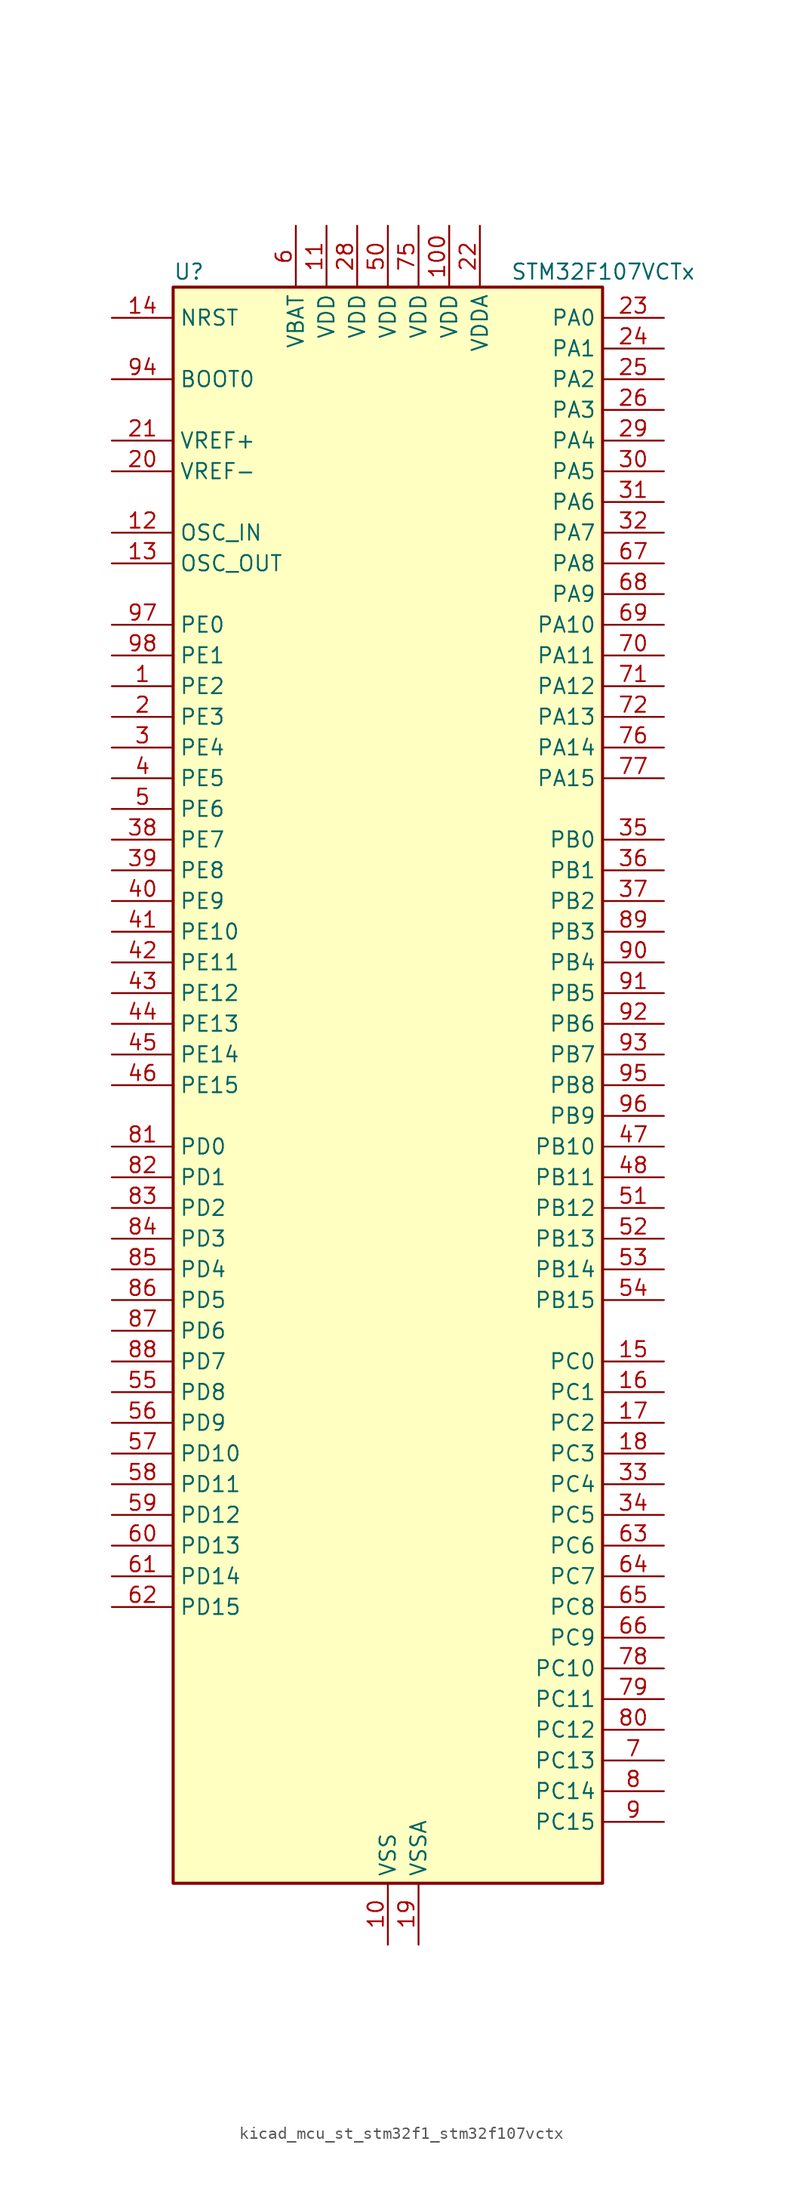
<source format=kicad_sym>
(kicad_symbol_lib
  (version 20220914)
  (generator kicad_symbol_editor)
  (symbol "kicad_mcu_st_stm32f1_stm32f107vctx"
    (property "Reference" "U"
      (at -17.78 67.31 0)
      (effects (font (size 1.27 1.27)) (justify left)))
    (property "Value" "STM32F107VCTx"
      (at 10.16 67.31 0)
      (effects (font (size 1.27 1.27)) (justify left)))
    (property "ki_locked" ""
      (at 0 0 0)
      (effects (font (size 1.27 1.27))))
    (symbol "kicad_mcu_st_stm32f1_stm32f107vctx_0_1"
      (rectangle (start -17.78 -66.04) (end 17.78 66.04) (stroke (width 0.254) (type default)) (fill (type background))))
    (symbol "kicad_mcu_st_stm32f1_stm32f107vctx_1_1"
      (pin bidirectional line (at -22.86 33.02 0) (length 5.08) (name "PE2" (effects (font (size 1.27 1.27)))) (number "1" (effects (font (size 1.27 1.27)))) (alternate "SYS_TRACECLK" bidirectional line))
      (pin power_in line (at 0 -71.12 90) (length 5.08) (name "VSS" (effects (font (size 1.27 1.27)))) (number "10" (effects (font (size 1.27 1.27)))))
      (pin power_in line (at 5.08 71.12 270) (length 5.08) (name "VDD" (effects (font (size 1.27 1.27)))) (number "100" (effects (font (size 1.27 1.27)))))
      (pin power_in line (at -5.08 71.12 270) (length 5.08) (name "VDD" (effects (font (size 1.27 1.27)))) (number "11" (effects (font (size 1.27 1.27)))))
      (pin input line (at -22.86 45.72 0) (length 5.08) (name "OSC_IN" (effects (font (size 1.27 1.27)))) (number "12" (effects (font (size 1.27 1.27)))) (alternate "RCC_OSC_IN" bidirectional line))
      (pin input line (at -22.86 43.18 0) (length 5.08) (name "OSC_OUT" (effects (font (size 1.27 1.27)))) (number "13" (effects (font (size 1.27 1.27)))) (alternate "RCC_OSC_OUT" bidirectional line))
      (pin input line (at -22.86 63.5 0) (length 5.08) (name "NRST" (effects (font (size 1.27 1.27)))) (number "14" (effects (font (size 1.27 1.27)))))
      (pin bidirectional line (at 22.86 -22.86 180) (length 5.08) (name "PC0" (effects (font (size 1.27 1.27)))) (number "15" (effects (font (size 1.27 1.27)))) (alternate "ADC1_IN10" bidirectional line) (alternate "ADC2_IN10" bidirectional line))
      (pin bidirectional line (at 22.86 -25.4 180) (length 5.08) (name "PC1" (effects (font (size 1.27 1.27)))) (number "16" (effects (font (size 1.27 1.27)))) (alternate "ADC1_IN11" bidirectional line) (alternate "ADC2_IN11" bidirectional line) (alternate "ETH_MDC" bidirectional line))
      (pin bidirectional line (at 22.86 -27.94 180) (length 5.08) (name "PC2" (effects (font (size 1.27 1.27)))) (number "17" (effects (font (size 1.27 1.27)))) (alternate "ADC1_IN12" bidirectional line) (alternate "ADC2_IN12" bidirectional line) (alternate "ETH_TXD2" bidirectional line))
      (pin bidirectional line (at 22.86 -30.48 180) (length 5.08) (name "PC3" (effects (font (size 1.27 1.27)))) (number "18" (effects (font (size 1.27 1.27)))) (alternate "ADC1_IN13" bidirectional line) (alternate "ADC2_IN13" bidirectional line) (alternate "ETH_TX_CLK" bidirectional line))
      (pin power_in line (at 2.54 -71.12 90) (length 5.08) (name "VSSA" (effects (font (size 1.27 1.27)))) (number "19" (effects (font (size 1.27 1.27)))))
      (pin bidirectional line (at -22.86 30.48 0) (length 5.08) (name "PE3" (effects (font (size 1.27 1.27)))) (number "2" (effects (font (size 1.27 1.27)))) (alternate "SYS_TRACED0" bidirectional line))
      (pin input line (at -22.86 50.8 0) (length 5.08) (name "VREF-" (effects (font (size 1.27 1.27)))) (number "20" (effects (font (size 1.27 1.27)))))
      (pin input line (at -22.86 53.34 0) (length 5.08) (name "VREF+" (effects (font (size 1.27 1.27)))) (number "21" (effects (font (size 1.27 1.27)))))
      (pin power_in line (at 7.62 71.12 270) (length 5.08) (name "VDDA" (effects (font (size 1.27 1.27)))) (number "22" (effects (font (size 1.27 1.27)))))
      (pin bidirectional line (at 22.86 63.5 180) (length 5.08) (name "PA0" (effects (font (size 1.27 1.27)))) (number "23" (effects (font (size 1.27 1.27)))) (alternate "ADC1_IN0" bidirectional line) (alternate "ADC2_IN0" bidirectional line) (alternate "ETH_CRS" bidirectional line) (alternate "SYS_WKUP" bidirectional line) (alternate "TIM2_CH1" bidirectional line) (alternate "TIM2_ETR" bidirectional line) (alternate "TIM5_CH1" bidirectional line) (alternate "USART2_CTS" bidirectional line))
      (pin bidirectional line (at 22.86 60.96 180) (length 5.08) (name "PA1" (effects (font (size 1.27 1.27)))) (number "24" (effects (font (size 1.27 1.27)))) (alternate "ADC1_IN1" bidirectional line) (alternate "ADC2_IN1" bidirectional line) (alternate "ETH_REF_CLK" bidirectional line) (alternate "ETH_RX_CLK" bidirectional line) (alternate "TIM2_CH2" bidirectional line) (alternate "TIM5_CH2" bidirectional line) (alternate "USART2_RTS" bidirectional line))
      (pin bidirectional line (at 22.86 58.42 180) (length 5.08) (name "PA2" (effects (font (size 1.27 1.27)))) (number "25" (effects (font (size 1.27 1.27)))) (alternate "ADC1_IN2" bidirectional line) (alternate "ADC2_IN2" bidirectional line) (alternate "ETH_MDIO" bidirectional line) (alternate "TIM2_CH3" bidirectional line) (alternate "TIM5_CH3" bidirectional line) (alternate "USART2_TX" bidirectional line))
      (pin bidirectional line (at 22.86 55.88 180) (length 5.08) (name "PA3" (effects (font (size 1.27 1.27)))) (number "26" (effects (font (size 1.27 1.27)))) (alternate "ADC1_IN3" bidirectional line) (alternate "ADC2_IN3" bidirectional line) (alternate "ETH_COL" bidirectional line) (alternate "TIM2_CH4" bidirectional line) (alternate "TIM5_CH4" bidirectional line) (alternate "USART2_RX" bidirectional line))
      (pin passive line (at 0 -71.12 90) (length 5.08) hide (name "VSS" (effects (font (size 1.27 1.27)))) (number "27" (effects (font (size 1.27 1.27)))))
      (pin power_in line (at -2.54 71.12 270) (length 5.08) (name "VDD" (effects (font (size 1.27 1.27)))) (number "28" (effects (font (size 1.27 1.27)))))
      (pin bidirectional line (at 22.86 53.34 180) (length 5.08) (name "PA4" (effects (font (size 1.27 1.27)))) (number "29" (effects (font (size 1.27 1.27)))) (alternate "ADC1_IN4" bidirectional line) (alternate "ADC2_IN4" bidirectional line) (alternate "DAC_OUT1" bidirectional line) (alternate "I2S3_WS" bidirectional line) (alternate "SPI1_NSS" bidirectional line) (alternate "SPI3_NSS" bidirectional line) (alternate "USART2_CK" bidirectional line))
      (pin bidirectional line (at -22.86 27.94 0) (length 5.08) (name "PE4" (effects (font (size 1.27 1.27)))) (number "3" (effects (font (size 1.27 1.27)))) (alternate "SYS_TRACED1" bidirectional line))
      (pin bidirectional line (at 22.86 50.8 180) (length 5.08) (name "PA5" (effects (font (size 1.27 1.27)))) (number "30" (effects (font (size 1.27 1.27)))) (alternate "ADC1_IN5" bidirectional line) (alternate "ADC2_IN5" bidirectional line) (alternate "DAC_OUT2" bidirectional line) (alternate "SPI1_SCK" bidirectional line))
      (pin bidirectional line (at 22.86 48.26 180) (length 5.08) (name "PA6" (effects (font (size 1.27 1.27)))) (number "31" (effects (font (size 1.27 1.27)))) (alternate "ADC1_IN6" bidirectional line) (alternate "ADC2_IN6" bidirectional line) (alternate "SPI1_MISO" bidirectional line) (alternate "TIM1_BKIN" bidirectional line) (alternate "TIM3_CH1" bidirectional line))
      (pin bidirectional line (at 22.86 45.72 180) (length 5.08) (name "PA7" (effects (font (size 1.27 1.27)))) (number "32" (effects (font (size 1.27 1.27)))) (alternate "ADC1_IN7" bidirectional line) (alternate "ADC2_IN7" bidirectional line) (alternate "ETH_CRS_DV" bidirectional line) (alternate "ETH_RX_DV" bidirectional line) (alternate "SPI1_MOSI" bidirectional line) (alternate "TIM1_CH1N" bidirectional line) (alternate "TIM3_CH2" bidirectional line))
      (pin bidirectional line (at 22.86 -33.02 180) (length 5.08) (name "PC4" (effects (font (size 1.27 1.27)))) (number "33" (effects (font (size 1.27 1.27)))) (alternate "ADC1_IN14" bidirectional line) (alternate "ADC2_IN14" bidirectional line) (alternate "ETH_RXD0" bidirectional line))
      (pin bidirectional line (at 22.86 -35.56 180) (length 5.08) (name "PC5" (effects (font (size 1.27 1.27)))) (number "34" (effects (font (size 1.27 1.27)))) (alternate "ADC1_IN15" bidirectional line) (alternate "ADC2_IN15" bidirectional line) (alternate "ETH_RXD1" bidirectional line))
      (pin bidirectional line (at 22.86 20.32 180) (length 5.08) (name "PB0" (effects (font (size 1.27 1.27)))) (number "35" (effects (font (size 1.27 1.27)))) (alternate "ADC1_IN8" bidirectional line) (alternate "ADC2_IN8" bidirectional line) (alternate "ETH_RXD2" bidirectional line) (alternate "TIM1_CH2N" bidirectional line) (alternate "TIM3_CH3" bidirectional line))
      (pin bidirectional line (at 22.86 17.78 180) (length 5.08) (name "PB1" (effects (font (size 1.27 1.27)))) (number "36" (effects (font (size 1.27 1.27)))) (alternate "ADC1_IN9" bidirectional line) (alternate "ADC2_IN9" bidirectional line) (alternate "ETH_RXD3" bidirectional line) (alternate "TIM1_CH3N" bidirectional line) (alternate "TIM3_CH4" bidirectional line))
      (pin bidirectional line (at 22.86 15.24 180) (length 5.08) (name "PB2" (effects (font (size 1.27 1.27)))) (number "37" (effects (font (size 1.27 1.27)))))
      (pin bidirectional line (at -22.86 20.32 0) (length 5.08) (name "PE7" (effects (font (size 1.27 1.27)))) (number "38" (effects (font (size 1.27 1.27)))) (alternate "TIM1_ETR" bidirectional line))
      (pin bidirectional line (at -22.86 17.78 0) (length 5.08) (name "PE8" (effects (font (size 1.27 1.27)))) (number "39" (effects (font (size 1.27 1.27)))) (alternate "TIM1_CH1N" bidirectional line))
      (pin bidirectional line (at -22.86 25.4 0) (length 5.08) (name "PE5" (effects (font (size 1.27 1.27)))) (number "4" (effects (font (size 1.27 1.27)))) (alternate "SYS_TRACED2" bidirectional line))
      (pin bidirectional line (at -22.86 15.24 0) (length 5.08) (name "PE9" (effects (font (size 1.27 1.27)))) (number "40" (effects (font (size 1.27 1.27)))) (alternate "DAC_EXTI9" bidirectional line) (alternate "TIM1_CH1" bidirectional line))
      (pin bidirectional line (at -22.86 12.7 0) (length 5.08) (name "PE10" (effects (font (size 1.27 1.27)))) (number "41" (effects (font (size 1.27 1.27)))) (alternate "TIM1_CH2N" bidirectional line))
      (pin bidirectional line (at -22.86 10.16 0) (length 5.08) (name "PE11" (effects (font (size 1.27 1.27)))) (number "42" (effects (font (size 1.27 1.27)))) (alternate "ADC1_EXTI11" bidirectional line) (alternate "ADC2_EXTI11" bidirectional line) (alternate "TIM1_CH2" bidirectional line))
      (pin bidirectional line (at -22.86 7.62 0) (length 5.08) (name "PE12" (effects (font (size 1.27 1.27)))) (number "43" (effects (font (size 1.27 1.27)))) (alternate "TIM1_CH3N" bidirectional line))
      (pin bidirectional line (at -22.86 5.08 0) (length 5.08) (name "PE13" (effects (font (size 1.27 1.27)))) (number "44" (effects (font (size 1.27 1.27)))) (alternate "TIM1_CH3" bidirectional line))
      (pin bidirectional line (at -22.86 2.54 0) (length 5.08) (name "PE14" (effects (font (size 1.27 1.27)))) (number "45" (effects (font (size 1.27 1.27)))) (alternate "TIM1_CH4" bidirectional line))
      (pin bidirectional line (at -22.86 0 0) (length 5.08) (name "PE15" (effects (font (size 1.27 1.27)))) (number "46" (effects (font (size 1.27 1.27)))) (alternate "ADC1_EXTI15" bidirectional line) (alternate "ADC2_EXTI15" bidirectional line) (alternate "TIM1_BKIN" bidirectional line))
      (pin bidirectional line (at 22.86 -5.08 180) (length 5.08) (name "PB10" (effects (font (size 1.27 1.27)))) (number "47" (effects (font (size 1.27 1.27)))) (alternate "ETH_RX_ER" bidirectional line) (alternate "TIM2_CH3" bidirectional line) (alternate "USART3_TX" bidirectional line))
      (pin bidirectional line (at 22.86 -7.62 180) (length 5.08) (name "PB11" (effects (font (size 1.27 1.27)))) (number "48" (effects (font (size 1.27 1.27)))) (alternate "ADC1_EXTI11" bidirectional line) (alternate "ADC2_EXTI11" bidirectional line) (alternate "ETH_TX_EN" bidirectional line) (alternate "TIM2_CH4" bidirectional line) (alternate "USART3_RX" bidirectional line))
      (pin passive line (at 0 -71.12 90) (length 5.08) hide (name "VSS" (effects (font (size 1.27 1.27)))) (number "49" (effects (font (size 1.27 1.27)))))
      (pin bidirectional line (at -22.86 22.86 0) (length 5.08) (name "PE6" (effects (font (size 1.27 1.27)))) (number "5" (effects (font (size 1.27 1.27)))) (alternate "SYS_TRACED3" bidirectional line))
      (pin power_in line (at 0 71.12 270) (length 5.08) (name "VDD" (effects (font (size 1.27 1.27)))) (number "50" (effects (font (size 1.27 1.27)))))
      (pin bidirectional line (at 22.86 -10.16 180) (length 5.08) (name "PB12" (effects (font (size 1.27 1.27)))) (number "51" (effects (font (size 1.27 1.27)))) (alternate "CAN2_RX" bidirectional line) (alternate "ETH_TXD0" bidirectional line) (alternate "I2S2_WS" bidirectional line) (alternate "SPI2_NSS" bidirectional line) (alternate "TIM1_BKIN" bidirectional line) (alternate "USART3_CK" bidirectional line))
      (pin bidirectional line (at 22.86 -12.7 180) (length 5.08) (name "PB13" (effects (font (size 1.27 1.27)))) (number "52" (effects (font (size 1.27 1.27)))) (alternate "CAN2_TX" bidirectional line) (alternate "ETH_TXD1" bidirectional line) (alternate "I2S2_CK" bidirectional line) (alternate "SPI2_SCK" bidirectional line) (alternate "TIM1_CH1N" bidirectional line) (alternate "USART3_CTS" bidirectional line))
      (pin bidirectional line (at 22.86 -15.24 180) (length 5.08) (name "PB14" (effects (font (size 1.27 1.27)))) (number "53" (effects (font (size 1.27 1.27)))) (alternate "SPI2_MISO" bidirectional line) (alternate "TIM1_CH2N" bidirectional line) (alternate "USART3_RTS" bidirectional line))
      (pin bidirectional line (at 22.86 -17.78 180) (length 5.08) (name "PB15" (effects (font (size 1.27 1.27)))) (number "54" (effects (font (size 1.27 1.27)))) (alternate "ADC1_EXTI15" bidirectional line) (alternate "ADC2_EXTI15" bidirectional line) (alternate "I2S2_SD" bidirectional line) (alternate "SPI2_MOSI" bidirectional line) (alternate "TIM1_CH3N" bidirectional line))
      (pin bidirectional line (at -22.86 -25.4 0) (length 5.08) (name "PD8" (effects (font (size 1.27 1.27)))) (number "55" (effects (font (size 1.27 1.27)))) (alternate "ETH_CRS_DV" bidirectional line) (alternate "ETH_RX_DV" bidirectional line) (alternate "USART3_TX" bidirectional line))
      (pin bidirectional line (at -22.86 -27.94 0) (length 5.08) (name "PD9" (effects (font (size 1.27 1.27)))) (number "56" (effects (font (size 1.27 1.27)))) (alternate "DAC_EXTI9" bidirectional line) (alternate "ETH_RXD0" bidirectional line) (alternate "USART3_RX" bidirectional line))
      (pin bidirectional line (at -22.86 -30.48 0) (length 5.08) (name "PD10" (effects (font (size 1.27 1.27)))) (number "57" (effects (font (size 1.27 1.27)))) (alternate "ETH_RXD1" bidirectional line) (alternate "USART3_CK" bidirectional line))
      (pin bidirectional line (at -22.86 -33.02 0) (length 5.08) (name "PD11" (effects (font (size 1.27 1.27)))) (number "58" (effects (font (size 1.27 1.27)))) (alternate "ADC1_EXTI11" bidirectional line) (alternate "ADC2_EXTI11" bidirectional line) (alternate "ETH_RXD2" bidirectional line) (alternate "USART3_CTS" bidirectional line))
      (pin bidirectional line (at -22.86 -35.56 0) (length 5.08) (name "PD12" (effects (font (size 1.27 1.27)))) (number "59" (effects (font (size 1.27 1.27)))) (alternate "ETH_RXD3" bidirectional line) (alternate "TIM4_CH1" bidirectional line) (alternate "USART3_RTS" bidirectional line))
      (pin power_in line (at -7.62 71.12 270) (length 5.08) (name "VBAT" (effects (font (size 1.27 1.27)))) (number "6" (effects (font (size 1.27 1.27)))))
      (pin bidirectional line (at -22.86 -38.1 0) (length 5.08) (name "PD13" (effects (font (size 1.27 1.27)))) (number "60" (effects (font (size 1.27 1.27)))) (alternate "TIM4_CH2" bidirectional line))
      (pin bidirectional line (at -22.86 -40.64 0) (length 5.08) (name "PD14" (effects (font (size 1.27 1.27)))) (number "61" (effects (font (size 1.27 1.27)))) (alternate "TIM4_CH3" bidirectional line))
      (pin bidirectional line (at -22.86 -43.18 0) (length 5.08) (name "PD15" (effects (font (size 1.27 1.27)))) (number "62" (effects (font (size 1.27 1.27)))) (alternate "ADC1_EXTI15" bidirectional line) (alternate "ADC2_EXTI15" bidirectional line) (alternate "TIM4_CH4" bidirectional line))
      (pin bidirectional line (at 22.86 -38.1 180) (length 5.08) (name "PC6" (effects (font (size 1.27 1.27)))) (number "63" (effects (font (size 1.27 1.27)))) (alternate "I2S2_MCK" bidirectional line) (alternate "TIM3_CH1" bidirectional line))
      (pin bidirectional line (at 22.86 -40.64 180) (length 5.08) (name "PC7" (effects (font (size 1.27 1.27)))) (number "64" (effects (font (size 1.27 1.27)))) (alternate "I2S3_MCK" bidirectional line) (alternate "TIM3_CH2" bidirectional line))
      (pin bidirectional line (at 22.86 -43.18 180) (length 5.08) (name "PC8" (effects (font (size 1.27 1.27)))) (number "65" (effects (font (size 1.27 1.27)))) (alternate "TIM3_CH3" bidirectional line))
      (pin bidirectional line (at 22.86 -45.72 180) (length 5.08) (name "PC9" (effects (font (size 1.27 1.27)))) (number "66" (effects (font (size 1.27 1.27)))) (alternate "DAC_EXTI9" bidirectional line) (alternate "TIM3_CH4" bidirectional line))
      (pin bidirectional line (at 22.86 43.18 180) (length 5.08) (name "PA8" (effects (font (size 1.27 1.27)))) (number "67" (effects (font (size 1.27 1.27)))) (alternate "RCC_MCO" bidirectional line) (alternate "TIM1_CH1" bidirectional line) (alternate "USART1_CK" bidirectional line) (alternate "USB_OTG_FS_SOF" bidirectional line))
      (pin bidirectional line (at 22.86 40.64 180) (length 5.08) (name "PA9" (effects (font (size 1.27 1.27)))) (number "68" (effects (font (size 1.27 1.27)))) (alternate "DAC_EXTI9" bidirectional line) (alternate "TIM1_CH2" bidirectional line) (alternate "USART1_TX" bidirectional line) (alternate "USB_OTG_FS_VBUS" bidirectional line))
      (pin bidirectional line (at 22.86 38.1 180) (length 5.08) (name "PA10" (effects (font (size 1.27 1.27)))) (number "69" (effects (font (size 1.27 1.27)))) (alternate "TIM1_CH3" bidirectional line) (alternate "USART1_RX" bidirectional line) (alternate "USB_OTG_FS_ID" bidirectional line))
      (pin bidirectional line (at 22.86 -55.88 180) (length 5.08) (name "PC13" (effects (font (size 1.27 1.27)))) (number "7" (effects (font (size 1.27 1.27)))) (alternate "RTC_OUT" bidirectional line) (alternate "RTC_TAMPER" bidirectional line))
      (pin bidirectional line (at 22.86 35.56 180) (length 5.08) (name "PA11" (effects (font (size 1.27 1.27)))) (number "70" (effects (font (size 1.27 1.27)))) (alternate "ADC1_EXTI11" bidirectional line) (alternate "ADC2_EXTI11" bidirectional line) (alternate "CAN1_RX" bidirectional line) (alternate "TIM1_CH4" bidirectional line) (alternate "USART1_CTS" bidirectional line) (alternate "USB_OTG_FS_DM" bidirectional line))
      (pin bidirectional line (at 22.86 33.02 180) (length 5.08) (name "PA12" (effects (font (size 1.27 1.27)))) (number "71" (effects (font (size 1.27 1.27)))) (alternate "CAN1_TX" bidirectional line) (alternate "TIM1_ETR" bidirectional line) (alternate "USART1_RTS" bidirectional line) (alternate "USB_OTG_FS_DP" bidirectional line))
      (pin bidirectional line (at 22.86 30.48 180) (length 5.08) (name "PA13" (effects (font (size 1.27 1.27)))) (number "72" (effects (font (size 1.27 1.27)))) (alternate "SYS_JTMS-SWDIO" bidirectional line))
      (pin no_connect line (at -17.78 -66.04 0) (length 5.08) hide (name "NC" (effects (font (size 1.27 1.27)))) (number "73" (effects (font (size 1.27 1.27)))))
      (pin passive line (at 0 -71.12 90) (length 5.08) hide (name "VSS" (effects (font (size 1.27 1.27)))) (number "74" (effects (font (size 1.27 1.27)))))
      (pin power_in line (at 2.54 71.12 270) (length 5.08) (name "VDD" (effects (font (size 1.27 1.27)))) (number "75" (effects (font (size 1.27 1.27)))))
      (pin bidirectional line (at 22.86 27.94 180) (length 5.08) (name "PA14" (effects (font (size 1.27 1.27)))) (number "76" (effects (font (size 1.27 1.27)))) (alternate "SYS_JTCK-SWCLK" bidirectional line))
      (pin bidirectional line (at 22.86 25.4 180) (length 5.08) (name "PA15" (effects (font (size 1.27 1.27)))) (number "77" (effects (font (size 1.27 1.27)))) (alternate "ADC1_EXTI15" bidirectional line) (alternate "ADC2_EXTI15" bidirectional line) (alternate "I2S3_WS" bidirectional line) (alternate "SPI1_NSS" bidirectional line) (alternate "SPI3_NSS" bidirectional line) (alternate "SYS_JTDI" bidirectional line) (alternate "TIM2_CH1" bidirectional line) (alternate "TIM2_ETR" bidirectional line))
      (pin bidirectional line (at 22.86 -48.26 180) (length 5.08) (name "PC10" (effects (font (size 1.27 1.27)))) (number "78" (effects (font (size 1.27 1.27)))) (alternate "I2S3_CK" bidirectional line) (alternate "SPI3_SCK" bidirectional line) (alternate "UART4_TX" bidirectional line) (alternate "USART3_TX" bidirectional line))
      (pin bidirectional line (at 22.86 -50.8 180) (length 5.08) (name "PC11" (effects (font (size 1.27 1.27)))) (number "79" (effects (font (size 1.27 1.27)))) (alternate "ADC1_EXTI11" bidirectional line) (alternate "ADC2_EXTI11" bidirectional line) (alternate "SPI3_MISO" bidirectional line) (alternate "UART4_RX" bidirectional line) (alternate "USART3_RX" bidirectional line))
      (pin bidirectional line (at 22.86 -58.42 180) (length 5.08) (name "PC14" (effects (font (size 1.27 1.27)))) (number "8" (effects (font (size 1.27 1.27)))) (alternate "RCC_OSC32_IN" bidirectional line))
      (pin bidirectional line (at 22.86 -53.34 180) (length 5.08) (name "PC12" (effects (font (size 1.27 1.27)))) (number "80" (effects (font (size 1.27 1.27)))) (alternate "I2S3_SD" bidirectional line) (alternate "SPI3_MOSI" bidirectional line) (alternate "UART5_TX" bidirectional line) (alternate "USART3_CK" bidirectional line))
      (pin bidirectional line (at -22.86 -5.08 0) (length 5.08) (name "PD0" (effects (font (size 1.27 1.27)))) (number "81" (effects (font (size 1.27 1.27)))) (alternate "CAN1_RX" bidirectional line))
      (pin bidirectional line (at -22.86 -7.62 0) (length 5.08) (name "PD1" (effects (font (size 1.27 1.27)))) (number "82" (effects (font (size 1.27 1.27)))) (alternate "CAN1_TX" bidirectional line))
      (pin bidirectional line (at -22.86 -10.16 0) (length 5.08) (name "PD2" (effects (font (size 1.27 1.27)))) (number "83" (effects (font (size 1.27 1.27)))) (alternate "TIM3_ETR" bidirectional line) (alternate "UART5_RX" bidirectional line))
      (pin bidirectional line (at -22.86 -12.7 0) (length 5.08) (name "PD3" (effects (font (size 1.27 1.27)))) (number "84" (effects (font (size 1.27 1.27)))) (alternate "USART2_CTS" bidirectional line))
      (pin bidirectional line (at -22.86 -15.24 0) (length 5.08) (name "PD4" (effects (font (size 1.27 1.27)))) (number "85" (effects (font (size 1.27 1.27)))) (alternate "USART2_RTS" bidirectional line))
      (pin bidirectional line (at -22.86 -17.78 0) (length 5.08) (name "PD5" (effects (font (size 1.27 1.27)))) (number "86" (effects (font (size 1.27 1.27)))) (alternate "USART2_TX" bidirectional line))
      (pin bidirectional line (at -22.86 -20.32 0) (length 5.08) (name "PD6" (effects (font (size 1.27 1.27)))) (number "87" (effects (font (size 1.27 1.27)))) (alternate "USART2_RX" bidirectional line))
      (pin bidirectional line (at -22.86 -22.86 0) (length 5.08) (name "PD7" (effects (font (size 1.27 1.27)))) (number "88" (effects (font (size 1.27 1.27)))) (alternate "USART2_CK" bidirectional line))
      (pin bidirectional line (at 22.86 12.7 180) (length 5.08) (name "PB3" (effects (font (size 1.27 1.27)))) (number "89" (effects (font (size 1.27 1.27)))) (alternate "I2S3_CK" bidirectional line) (alternate "SPI1_SCK" bidirectional line) (alternate "SPI3_SCK" bidirectional line) (alternate "SYS_JTDO" bidirectional line) (alternate "SYS_TRACESWO" bidirectional line) (alternate "TIM2_CH2" bidirectional line))
      (pin bidirectional line (at 22.86 -60.96 180) (length 5.08) (name "PC15" (effects (font (size 1.27 1.27)))) (number "9" (effects (font (size 1.27 1.27)))) (alternate "ADC1_EXTI15" bidirectional line) (alternate "ADC2_EXTI15" bidirectional line) (alternate "RCC_OSC32_OUT" bidirectional line))
      (pin bidirectional line (at 22.86 10.16 180) (length 5.08) (name "PB4" (effects (font (size 1.27 1.27)))) (number "90" (effects (font (size 1.27 1.27)))) (alternate "SPI1_MISO" bidirectional line) (alternate "SPI3_MISO" bidirectional line) (alternate "SYS_NJTRST" bidirectional line) (alternate "TIM3_CH1" bidirectional line))
      (pin bidirectional line (at 22.86 7.62 180) (length 5.08) (name "PB5" (effects (font (size 1.27 1.27)))) (number "91" (effects (font (size 1.27 1.27)))) (alternate "CAN2_RX" bidirectional line) (alternate "ETH_PPS_OUT" bidirectional line) (alternate "I2C1_SMBA" bidirectional line) (alternate "I2S3_SD" bidirectional line) (alternate "SPI1_MOSI" bidirectional line) (alternate "SPI3_MOSI" bidirectional line) (alternate "TIM3_CH2" bidirectional line))
      (pin bidirectional line (at 22.86 5.08 180) (length 5.08) (name "PB6" (effects (font (size 1.27 1.27)))) (number "92" (effects (font (size 1.27 1.27)))) (alternate "CAN2_TX" bidirectional line) (alternate "I2C1_SCL" bidirectional line) (alternate "TIM4_CH1" bidirectional line) (alternate "USART1_TX" bidirectional line))
      (pin bidirectional line (at 22.86 2.54 180) (length 5.08) (name "PB7" (effects (font (size 1.27 1.27)))) (number "93" (effects (font (size 1.27 1.27)))) (alternate "I2C1_SDA" bidirectional line) (alternate "TIM4_CH2" bidirectional line) (alternate "USART1_RX" bidirectional line))
      (pin input line (at -22.86 58.42 0) (length 5.08) (name "BOOT0" (effects (font (size 1.27 1.27)))) (number "94" (effects (font (size 1.27 1.27)))))
      (pin bidirectional line (at 22.86 0 180) (length 5.08) (name "PB8" (effects (font (size 1.27 1.27)))) (number "95" (effects (font (size 1.27 1.27)))) (alternate "CAN1_RX" bidirectional line) (alternate "ETH_TXD3" bidirectional line) (alternate "I2C1_SCL" bidirectional line) (alternate "TIM4_CH3" bidirectional line))
      (pin bidirectional line (at 22.86 -2.54 180) (length 5.08) (name "PB9" (effects (font (size 1.27 1.27)))) (number "96" (effects (font (size 1.27 1.27)))) (alternate "CAN1_TX" bidirectional line) (alternate "DAC_EXTI9" bidirectional line) (alternate "I2C1_SDA" bidirectional line) (alternate "TIM4_CH4" bidirectional line))
      (pin bidirectional line (at -22.86 38.1 0) (length 5.08) (name "PE0" (effects (font (size 1.27 1.27)))) (number "97" (effects (font (size 1.27 1.27)))) (alternate "TIM4_ETR" bidirectional line))
      (pin bidirectional line (at -22.86 35.56 0) (length 5.08) (name "PE1" (effects (font (size 1.27 1.27)))) (number "98" (effects (font (size 1.27 1.27)))))
      (pin passive line (at 0 -71.12 90) (length 5.08) hide (name "VSS" (effects (font (size 1.27 1.27)))) (number "99" (effects (font (size 1.27 1.27))))))))
</source>
